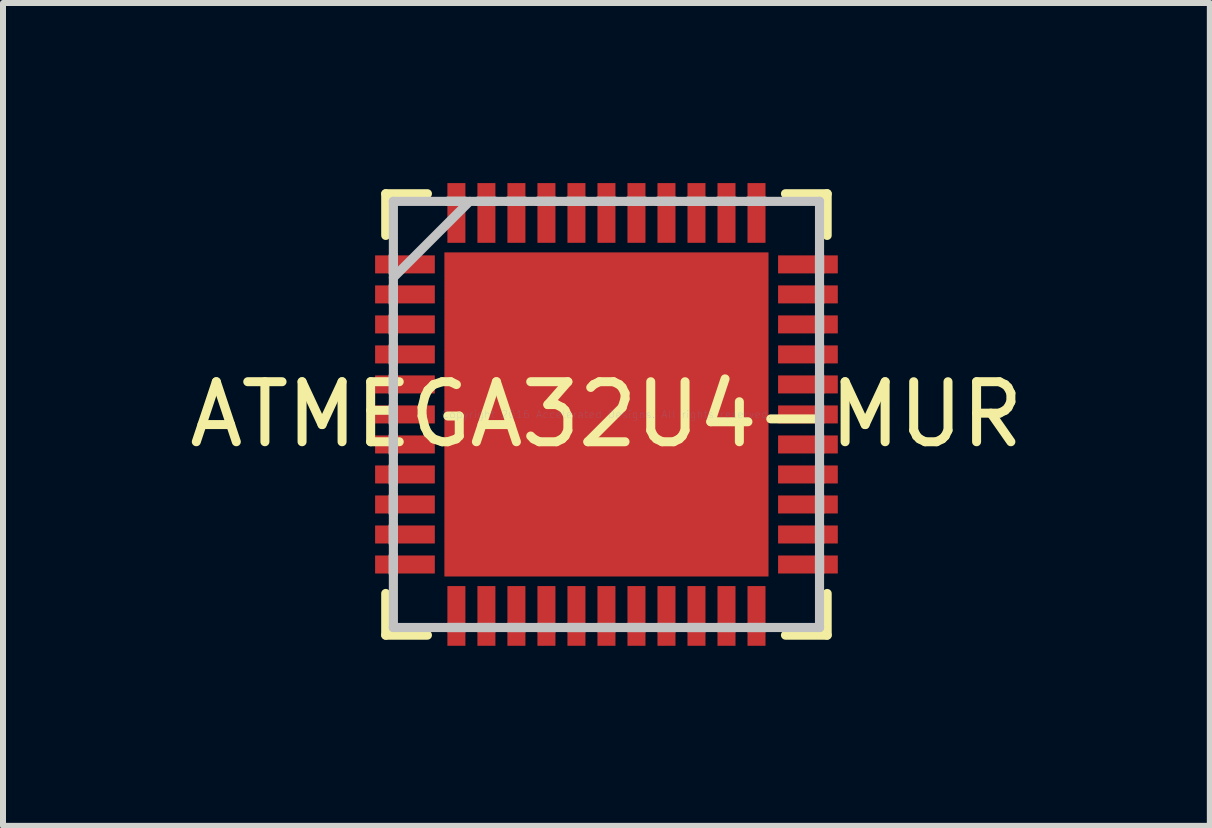
<source format=kicad_pcb>
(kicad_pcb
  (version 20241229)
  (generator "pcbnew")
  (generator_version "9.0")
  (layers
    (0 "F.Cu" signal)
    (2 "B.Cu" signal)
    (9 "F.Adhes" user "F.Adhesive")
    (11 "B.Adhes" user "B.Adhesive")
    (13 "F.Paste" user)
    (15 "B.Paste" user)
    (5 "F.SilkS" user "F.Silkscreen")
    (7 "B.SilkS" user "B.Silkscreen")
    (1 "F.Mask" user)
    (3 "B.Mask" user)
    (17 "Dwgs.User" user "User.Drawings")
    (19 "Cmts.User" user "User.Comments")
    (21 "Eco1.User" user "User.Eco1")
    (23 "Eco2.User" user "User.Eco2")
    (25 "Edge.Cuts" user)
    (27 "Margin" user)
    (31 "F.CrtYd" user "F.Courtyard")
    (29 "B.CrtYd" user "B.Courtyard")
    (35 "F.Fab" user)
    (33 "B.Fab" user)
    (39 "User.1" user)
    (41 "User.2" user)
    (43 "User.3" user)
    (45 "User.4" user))
  (footprint "ATMEGA32U4-MUR"
    (layer "F.Cu")
    (at 7.054 3.855)
    (property "Reference" "ATMEGA32U4-MUR" (at 0 0 0) (layer "F.SilkS") (effects (font (size 1 1) (thickness 0.15))))
    (attr through_hole)
    (fp_line (start -3.677 -3.677) (end -3.677 -2.983) (stroke (width 0.152) (type solid)) (layer "F.SilkS"))
    (fp_line (start -3.677 2.983) (end -3.677 3.677) (stroke (width 0.152) (type solid)) (layer "F.SilkS"))
    (fp_line (start -3.677 3.677) (end -2.983 3.677) (stroke (width 0.152) (type solid)) (layer "F.SilkS"))
    (fp_line (start -2.983 -3.677) (end -3.677 -3.677) (stroke (width 0.152) (type solid)) (layer "F.SilkS"))
    (fp_line (start 2.983 3.677) (end 3.677 3.677) (stroke (width 0.152) (type solid)) (layer "F.SilkS"))
    (fp_line (start 3.677 -3.677) (end 2.983 -3.677) (stroke (width 0.152) (type solid)) (layer "F.SilkS"))
    (fp_line (start 3.677 -2.983) (end 3.677 -3.677) (stroke (width 0.152) (type solid)) (layer "F.SilkS"))
    (fp_line (start 3.677 3.677) (end 3.677 2.983) (stroke (width 0.152) (type solid)) (layer "F.SilkS"))
    (fp_line (start -3.55 -3.55) (end -3.55 -3.55) (stroke (width 0.152) (type solid)) (layer "Dwgs.User"))
    (fp_line (start -3.55 -3.55) (end -3.55 3.55) (stroke (width 0.152) (type solid)) (layer "Dwgs.User"))
    (fp_line (start -3.55 -2.65) (end -3.55 -2.65) (stroke (width 0.152) (type solid)) (layer "Dwgs.User"))
    (fp_line (start -3.55 -2.65) (end -3.55 -2.35) (stroke (width 0.152) (type solid)) (layer "Dwgs.User"))
    (fp_line (start -3.55 -2.35) (end -3.55 -2.65) (stroke (width 0.152) (type solid)) (layer "Dwgs.User"))
    (fp_line (start -3.55 -2.35) (end -3.55 -2.35) (stroke (width 0.152) (type solid)) (layer "Dwgs.User"))
    (fp_line (start -3.55 -2.28) (end -2.28 -3.55) (stroke (width 0.152) (type solid)) (layer "Dwgs.User"))
    (fp_line (start -3.55 -2.15) (end -3.55 -2.15) (stroke (width 0.152) (type solid)) (layer "Dwgs.User"))
    (fp_line (start -3.55 -2.15) (end -3.55 -1.85) (stroke (width 0.152) (type solid)) (layer "Dwgs.User"))
    (fp_line (start -3.55 -1.85) (end -3.55 -2.15) (stroke (width 0.152) (type solid)) (layer "Dwgs.User"))
    (fp_line (start -3.55 -1.85) (end -3.55 -1.85) (stroke (width 0.152) (type solid)) (layer "Dwgs.User"))
    (fp_line (start -3.55 -1.65) (end -3.55 -1.65) (stroke (width 0.152) (type solid)) (layer "Dwgs.User"))
    (fp_line (start -3.55 -1.65) (end -3.55 -1.35) (stroke (width 0.152) (type solid)) (layer "Dwgs.User"))
    (fp_line (start -3.55 -1.35) (end -3.55 -1.65) (stroke (width 0.152) (type solid)) (layer "Dwgs.User"))
    (fp_line (start -3.55 -1.35) (end -3.55 -1.35) (stroke (width 0.152) (type solid)) (layer "Dwgs.User"))
    (fp_line (start -3.55 -1.15) (end -3.55 -1.15) (stroke (width 0.152) (type solid)) (layer "Dwgs.User"))
    (fp_line (start -3.55 -1.15) (end -3.55 -0.85) (stroke (width 0.152) (type solid)) (layer "Dwgs.User"))
    (fp_line (start -3.55 -0.85) (end -3.55 -1.15) (stroke (width 0.152) (type solid)) (layer "Dwgs.User"))
    (fp_line (start -3.55 -0.85) (end -3.55 -0.85) (stroke (width 0.152) (type solid)) (layer "Dwgs.User"))
    (fp_line (start -3.55 -0.65) (end -3.55 -0.65) (stroke (width 0.152) (type solid)) (layer "Dwgs.User"))
    (fp_line (start -3.55 -0.65) (end -3.55 -0.35) (stroke (width 0.152) (type solid)) (layer "Dwgs.User"))
    (fp_line (start -3.55 -0.35) (end -3.55 -0.65) (stroke (width 0.152) (type solid)) (layer "Dwgs.User"))
    (fp_line (start -3.55 -0.35) (end -3.55 -0.35) (stroke (width 0.152) (type solid)) (layer "Dwgs.User"))
    (fp_line (start -3.55 -0.15) (end -3.55 -0.15) (stroke (width 0.152) (type solid)) (layer "Dwgs.User"))
    (fp_line (start -3.55 -0.15) (end -3.55 0.15) (stroke (width 0.152) (type solid)) (layer "Dwgs.User"))
    (fp_line (start -3.55 0.15) (end -3.55 -0.15) (stroke (width 0.152) (type solid)) (layer "Dwgs.User"))
    (fp_line (start -3.55 0.15) (end -3.55 0.15) (stroke (width 0.152) (type solid)) (layer "Dwgs.User"))
    (fp_line (start -3.55 0.35) (end -3.55 0.35) (stroke (width 0.152) (type solid)) (layer "Dwgs.User"))
    (fp_line (start -3.55 0.35) (end -3.55 0.65) (stroke (width 0.152) (type solid)) (layer "Dwgs.User"))
    (fp_line (start -3.55 0.65) (end -3.55 0.35) (stroke (width 0.152) (type solid)) (layer "Dwgs.User"))
    (fp_line (start -3.55 0.65) (end -3.55 0.65) (stroke (width 0.152) (type solid)) (layer "Dwgs.User"))
    (fp_line (start -3.55 0.85) (end -3.55 0.85) (stroke (width 0.152) (type solid)) (layer "Dwgs.User"))
    (fp_line (start -3.55 0.85) (end -3.55 1.15) (stroke (width 0.152) (type solid)) (layer "Dwgs.User"))
    (fp_line (start -3.55 1.15) (end -3.55 0.85) (stroke (width 0.152) (type solid)) (layer "Dwgs.User"))
    (fp_line (start -3.55 1.15) (end -3.55 1.15) (stroke (width 0.152) (type solid)) (layer "Dwgs.User"))
    (fp_line (start -3.55 1.35) (end -3.55 1.35) (stroke (width 0.152) (type solid)) (layer "Dwgs.User"))
    (fp_line (start -3.55 1.35) (end -3.55 1.65) (stroke (width 0.152) (type solid)) (layer "Dwgs.User"))
    (fp_line (start -3.55 1.65) (end -3.55 1.35) (stroke (width 0.152) (type solid)) (layer "Dwgs.User"))
    (fp_line (start -3.55 1.65) (end -3.55 1.65) (stroke (width 0.152) (type solid)) (layer "Dwgs.User"))
    (fp_line (start -3.55 1.85) (end -3.55 1.85) (stroke (width 0.152) (type solid)) (layer "Dwgs.User"))
    (fp_line (start -3.55 1.85) (end -3.55 2.15) (stroke (width 0.152) (type solid)) (layer "Dwgs.User"))
    (fp_line (start -3.55 2.15) (end -3.55 1.85) (stroke (width 0.152) (type solid)) (layer "Dwgs.User"))
    (fp_line (start -3.55 2.15) (end -3.55 2.15) (stroke (width 0.152) (type solid)) (layer "Dwgs.User"))
    (fp_line (start -3.55 2.35) (end -3.55 2.35) (stroke (width 0.152) (type solid)) (layer "Dwgs.User"))
    (fp_line (start -3.55 2.35) (end -3.55 2.65) (stroke (width 0.152) (type solid)) (layer "Dwgs.User"))
    (fp_line (start -3.55 2.65) (end -3.55 2.35) (stroke (width 0.152) (type solid)) (layer "Dwgs.User"))
    (fp_line (start -3.55 2.65) (end -3.55 2.65) (stroke (width 0.152) (type solid)) (layer "Dwgs.User"))
    (fp_line (start -3.55 3.55) (end -3.55 3.55) (stroke (width 0.152) (type solid)) (layer "Dwgs.User"))
    (fp_line (start -3.55 3.55) (end 3.55 3.55) (stroke (width 0.152) (type solid)) (layer "Dwgs.User"))
    (fp_line (start -2.65 -3.55) (end -2.65 -3.55) (stroke (width 0.152) (type solid)) (layer "Dwgs.User"))
    (fp_line (start -2.65 -3.55) (end -2.35 -3.55) (stroke (width 0.152) (type solid)) (layer "Dwgs.User"))
    (fp_line (start -2.65 3.55) (end -2.65 3.55) (stroke (width 0.152) (type solid)) (layer "Dwgs.User"))
    (fp_line (start -2.65 3.55) (end -2.35 3.55) (stroke (width 0.152) (type solid)) (layer "Dwgs.User"))
    (fp_line (start -2.35 -3.55) (end -2.65 -3.55) (stroke (width 0.152) (type solid)) (layer "Dwgs.User"))
    (fp_line (start -2.35 -3.55) (end -2.35 -3.55) (stroke (width 0.152) (type solid)) (layer "Dwgs.User"))
    (fp_line (start -2.35 3.55) (end -2.65 3.55) (stroke (width 0.152) (type solid)) (layer "Dwgs.User"))
    (fp_line (start -2.35 3.55) (end -2.35 3.55) (stroke (width 0.152) (type solid)) (layer "Dwgs.User"))
    (fp_line (start -2.15 -3.55) (end -2.15 -3.55) (stroke (width 0.152) (type solid)) (layer "Dwgs.User"))
    (fp_line (start -2.15 -3.55) (end -1.85 -3.55) (stroke (width 0.152) (type solid)) (layer "Dwgs.User"))
    (fp_line (start -2.15 3.55) (end -2.15 3.55) (stroke (width 0.152) (type solid)) (layer "Dwgs.User"))
    (fp_line (start -2.15 3.55) (end -1.85 3.55) (stroke (width 0.152) (type solid)) (layer "Dwgs.User"))
    (fp_line (start -1.85 -3.55) (end -2.15 -3.55) (stroke (width 0.152) (type solid)) (layer "Dwgs.User"))
    (fp_line (start -1.85 -3.55) (end -1.85 -3.55) (stroke (width 0.152) (type solid)) (layer "Dwgs.User"))
    (fp_line (start -1.85 3.55) (end -2.15 3.55) (stroke (width 0.152) (type solid)) (layer "Dwgs.User"))
    (fp_line (start -1.85 3.55) (end -1.85 3.55) (stroke (width 0.152) (type solid)) (layer "Dwgs.User"))
    (fp_line (start -1.65 -3.55) (end -1.65 -3.55) (stroke (width 0.152) (type solid)) (layer "Dwgs.User"))
    (fp_line (start -1.65 -3.55) (end -1.35 -3.55) (stroke (width 0.152) (type solid)) (layer "Dwgs.User"))
    (fp_line (start -1.65 3.55) (end -1.65 3.55) (stroke (width 0.152) (type solid)) (layer "Dwgs.User"))
    (fp_line (start -1.65 3.55) (end -1.35 3.55) (stroke (width 0.152) (type solid)) (layer "Dwgs.User"))
    (fp_line (start -1.35 -3.55) (end -1.65 -3.55) (stroke (width 0.152) (type solid)) (layer "Dwgs.User"))
    (fp_line (start -1.35 -3.55) (end -1.35 -3.55) (stroke (width 0.152) (type solid)) (layer "Dwgs.User"))
    (fp_line (start -1.35 3.55) (end -1.65 3.55) (stroke (width 0.152) (type solid)) (layer "Dwgs.User"))
    (fp_line (start -1.35 3.55) (end -1.35 3.55) (stroke (width 0.152) (type solid)) (layer "Dwgs.User"))
    (fp_line (start -1.15 -3.55) (end -1.15 -3.55) (stroke (width 0.152) (type solid)) (layer "Dwgs.User"))
    (fp_line (start -1.15 -3.55) (end -0.85 -3.55) (stroke (width 0.152) (type solid)) (layer "Dwgs.User"))
    (fp_line (start -1.15 3.55) (end -1.15 3.55) (stroke (width 0.152) (type solid)) (layer "Dwgs.User"))
    (fp_line (start -1.15 3.55) (end -0.85 3.55) (stroke (width 0.152) (type solid)) (layer "Dwgs.User"))
    (fp_line (start -0.85 -3.55) (end -1.15 -3.55) (stroke (width 0.152) (type solid)) (layer "Dwgs.User"))
    (fp_line (start -0.85 -3.55) (end -0.85 -3.55) (stroke (width 0.152) (type solid)) (layer "Dwgs.User"))
    (fp_line (start -0.85 3.55) (end -1.15 3.55) (stroke (width 0.152) (type solid)) (layer "Dwgs.User"))
    (fp_line (start -0.85 3.55) (end -0.85 3.55) (stroke (width 0.152) (type solid)) (layer "Dwgs.User"))
    (fp_line (start -0.65 -3.55) (end -0.65 -3.55) (stroke (width 0.152) (type solid)) (layer "Dwgs.User"))
    (fp_line (start -0.65 -3.55) (end -0.35 -3.55) (stroke (width 0.152) (type solid)) (layer "Dwgs.User"))
    (fp_line (start -0.65 3.55) (end -0.65 3.55) (stroke (width 0.152) (type solid)) (layer "Dwgs.User"))
    (fp_line (start -0.65 3.55) (end -0.35 3.55) (stroke (width 0.152) (type solid)) (layer "Dwgs.User"))
    (fp_line (start -0.35 -3.55) (end -0.65 -3.55) (stroke (width 0.152) (type solid)) (layer "Dwgs.User"))
    (fp_line (start -0.35 -3.55) (end -0.35 -3.55) (stroke (width 0.152) (type solid)) (layer "Dwgs.User"))
    (fp_line (start -0.35 3.55) (end -0.65 3.55) (stroke (width 0.152) (type solid)) (layer "Dwgs.User"))
    (fp_line (start -0.35 3.55) (end -0.35 3.55) (stroke (width 0.152) (type solid)) (layer "Dwgs.User"))
    (fp_line (start -0.15 -3.55) (end -0.15 -3.55) (stroke (width 0.152) (type solid)) (layer "Dwgs.User"))
    (fp_line (start -0.15 -3.55) (end 0.15 -3.55) (stroke (width 0.152) (type solid)) (layer "Dwgs.User"))
    (fp_line (start -0.15 3.55) (end -0.15 3.55) (stroke (width 0.152) (type solid)) (layer "Dwgs.User"))
    (fp_line (start -0.15 3.55) (end 0.15 3.55) (stroke (width 0.152) (type solid)) (layer "Dwgs.User"))
    (fp_line (start 0.15 -3.55) (end -0.15 -3.55) (stroke (width 0.152) (type solid)) (layer "Dwgs.User"))
    (fp_line (start 0.15 -3.55) (end 0.15 -3.55) (stroke (width 0.152) (type solid)) (layer "Dwgs.User"))
    (fp_line (start 0.15 3.55) (end -0.15 3.55) (stroke (width 0.152) (type solid)) (layer "Dwgs.User"))
    (fp_line (start 0.15 3.55) (end 0.15 3.55) (stroke (width 0.152) (type solid)) (layer "Dwgs.User"))
    (fp_line (start 0.35 -3.55) (end 0.35 -3.55) (stroke (width 0.152) (type solid)) (layer "Dwgs.User"))
    (fp_line (start 0.35 -3.55) (end 0.65 -3.55) (stroke (width 0.152) (type solid)) (layer "Dwgs.User"))
    (fp_line (start 0.35 3.55) (end 0.35 3.55) (stroke (width 0.152) (type solid)) (layer "Dwgs.User"))
    (fp_line (start 0.35 3.55) (end 0.65 3.55) (stroke (width 0.152) (type solid)) (layer "Dwgs.User"))
    (fp_line (start 0.65 -3.55) (end 0.35 -3.55) (stroke (width 0.152) (type solid)) (layer "Dwgs.User"))
    (fp_line (start 0.65 -3.55) (end 0.65 -3.55) (stroke (width 0.152) (type solid)) (layer "Dwgs.User"))
    (fp_line (start 0.65 3.55) (end 0.35 3.55) (stroke (width 0.152) (type solid)) (layer "Dwgs.User"))
    (fp_line (start 0.65 3.55) (end 0.65 3.55) (stroke (width 0.152) (type solid)) (layer "Dwgs.User"))
    (fp_line (start 0.85 -3.55) (end 0.85 -3.55) (stroke (width 0.152) (type solid)) (layer "Dwgs.User"))
    (fp_line (start 0.85 -3.55) (end 1.15 -3.55) (stroke (width 0.152) (type solid)) (layer "Dwgs.User"))
    (fp_line (start 0.85 3.55) (end 0.85 3.55) (stroke (width 0.152) (type solid)) (layer "Dwgs.User"))
    (fp_line (start 0.85 3.55) (end 1.15 3.55) (stroke (width 0.152) (type solid)) (layer "Dwgs.User"))
    (fp_line (start 1.15 -3.55) (end 0.85 -3.55) (stroke (width 0.152) (type solid)) (layer "Dwgs.User"))
    (fp_line (start 1.15 -3.55) (end 1.15 -3.55) (stroke (width 0.152) (type solid)) (layer "Dwgs.User"))
    (fp_line (start 1.15 3.55) (end 0.85 3.55) (stroke (width 0.152) (type solid)) (layer "Dwgs.User"))
    (fp_line (start 1.15 3.55) (end 1.15 3.55) (stroke (width 0.152) (type solid)) (layer "Dwgs.User"))
    (fp_line (start 1.35 -3.55) (end 1.35 -3.55) (stroke (width 0.152) (type solid)) (layer "Dwgs.User"))
    (fp_line (start 1.35 -3.55) (end 1.65 -3.55) (stroke (width 0.152) (type solid)) (layer "Dwgs.User"))
    (fp_line (start 1.35 3.55) (end 1.35 3.55) (stroke (width 0.152) (type solid)) (layer "Dwgs.User"))
    (fp_line (start 1.35 3.55) (end 1.65 3.55) (stroke (width 0.152) (type solid)) (layer "Dwgs.User"))
    (fp_line (start 1.65 -3.55) (end 1.35 -3.55) (stroke (width 0.152) (type solid)) (layer "Dwgs.User"))
    (fp_line (start 1.65 -3.55) (end 1.65 -3.55) (stroke (width 0.152) (type solid)) (layer "Dwgs.User"))
    (fp_line (start 1.65 3.55) (end 1.35 3.55) (stroke (width 0.152) (type solid)) (layer "Dwgs.User"))
    (fp_line (start 1.65 3.55) (end 1.65 3.55) (stroke (width 0.152) (type solid)) (layer "Dwgs.User"))
    (fp_line (start 1.85 -3.55) (end 1.85 -3.55) (stroke (width 0.152) (type solid)) (layer "Dwgs.User"))
    (fp_line (start 1.85 -3.55) (end 2.15 -3.55) (stroke (width 0.152) (type solid)) (layer "Dwgs.User"))
    (fp_line (start 1.85 3.55) (end 1.85 3.55) (stroke (width 0.152) (type solid)) (layer "Dwgs.User"))
    (fp_line (start 1.85 3.55) (end 2.15 3.55) (stroke (width 0.152) (type solid)) (layer "Dwgs.User"))
    (fp_line (start 2.15 -3.55) (end 1.85 -3.55) (stroke (width 0.152) (type solid)) (layer "Dwgs.User"))
    (fp_line (start 2.15 -3.55) (end 2.15 -3.55) (stroke (width 0.152) (type solid)) (layer "Dwgs.User"))
    (fp_line (start 2.15 3.55) (end 1.85 3.55) (stroke (width 0.152) (type solid)) (layer "Dwgs.User"))
    (fp_line (start 2.15 3.55) (end 2.15 3.55) (stroke (width 0.152) (type solid)) (layer "Dwgs.User"))
    (fp_line (start 2.35 -3.55) (end 2.35 -3.55) (stroke (width 0.152) (type solid)) (layer "Dwgs.User"))
    (fp_line (start 2.35 -3.55) (end 2.65 -3.55) (stroke (width 0.152) (type solid)) (layer "Dwgs.User"))
    (fp_line (start 2.35 3.55) (end 2.35 3.55) (stroke (width 0.152) (type solid)) (layer "Dwgs.User"))
    (fp_line (start 2.35 3.55) (end 2.65 3.55) (stroke (width 0.152) (type solid)) (layer "Dwgs.User"))
    (fp_line (start 2.65 -3.55) (end 2.35 -3.55) (stroke (width 0.152) (type solid)) (layer "Dwgs.User"))
    (fp_line (start 2.65 -3.55) (end 2.65 -3.55) (stroke (width 0.152) (type solid)) (layer "Dwgs.User"))
    (fp_line (start 2.65 3.55) (end 2.35 3.55) (stroke (width 0.152) (type solid)) (layer "Dwgs.User"))
    (fp_line (start 2.65 3.55) (end 2.65 3.55) (stroke (width 0.152) (type solid)) (layer "Dwgs.User"))
    (fp_line (start 3.55 -3.55) (end -3.55 -3.55) (stroke (width 0.152) (type solid)) (layer "Dwgs.User"))
    (fp_line (start 3.55 -3.55) (end 3.55 -3.55) (stroke (width 0.152) (type solid)) (layer "Dwgs.User"))
    (fp_line (start 3.55 -2.65) (end 3.55 -2.65) (stroke (width 0.152) (type solid)) (layer "Dwgs.User"))
    (fp_line (start 3.55 -2.65) (end 3.55 -2.35) (stroke (width 0.152) (type solid)) (layer "Dwgs.User"))
    (fp_line (start 3.55 -2.35) (end 3.55 -2.65) (stroke (width 0.152) (type solid)) (layer "Dwgs.User"))
    (fp_line (start 3.55 -2.35) (end 3.55 -2.35) (stroke (width 0.152) (type solid)) (layer "Dwgs.User"))
    (fp_line (start 3.55 -2.15) (end 3.55 -2.15) (stroke (width 0.152) (type solid)) (layer "Dwgs.User"))
    (fp_line (start 3.55 -2.15) (end 3.55 -1.85) (stroke (width 0.152) (type solid)) (layer "Dwgs.User"))
    (fp_line (start 3.55 -1.85) (end 3.55 -2.15) (stroke (width 0.152) (type solid)) (layer "Dwgs.User"))
    (fp_line (start 3.55 -1.85) (end 3.55 -1.85) (stroke (width 0.152) (type solid)) (layer "Dwgs.User"))
    (fp_line (start 3.55 -1.65) (end 3.55 -1.65) (stroke (width 0.152) (type solid)) (layer "Dwgs.User"))
    (fp_line (start 3.55 -1.65) (end 3.55 -1.35) (stroke (width 0.152) (type solid)) (layer "Dwgs.User"))
    (fp_line (start 3.55 -1.35) (end 3.55 -1.65) (stroke (width 0.152) (type solid)) (layer "Dwgs.User"))
    (fp_line (start 3.55 -1.35) (end 3.55 -1.35) (stroke (width 0.152) (type solid)) (layer "Dwgs.User"))
    (fp_line (start 3.55 -1.15) (end 3.55 -1.15) (stroke (width 0.152) (type solid)) (layer "Dwgs.User"))
    (fp_line (start 3.55 -1.15) (end 3.55 -0.85) (stroke (width 0.152) (type solid)) (layer "Dwgs.User"))
    (fp_line (start 3.55 -0.85) (end 3.55 -1.15) (stroke (width 0.152) (type solid)) (layer "Dwgs.User"))
    (fp_line (start 3.55 -0.85) (end 3.55 -0.85) (stroke (width 0.152) (type solid)) (layer "Dwgs.User"))
    (fp_line (start 3.55 -0.65) (end 3.55 -0.65) (stroke (width 0.152) (type solid)) (layer "Dwgs.User"))
    (fp_line (start 3.55 -0.65) (end 3.55 -0.35) (stroke (width 0.152) (type solid)) (layer "Dwgs.User"))
    (fp_line (start 3.55 -0.35) (end 3.55 -0.65) (stroke (width 0.152) (type solid)) (layer "Dwgs.User"))
    (fp_line (start 3.55 -0.35) (end 3.55 -0.35) (stroke (width 0.152) (type solid)) (layer "Dwgs.User"))
    (fp_line (start 3.55 -0.15) (end 3.55 -0.15) (stroke (width 0.152) (type solid)) (layer "Dwgs.User"))
    (fp_line (start 3.55 -0.15) (end 3.55 0.15) (stroke (width 0.152) (type solid)) (layer "Dwgs.User"))
    (fp_line (start 3.55 0.15) (end 3.55 -0.15) (stroke (width 0.152) (type solid)) (layer "Dwgs.User"))
    (fp_line (start 3.55 0.15) (end 3.55 0.15) (stroke (width 0.152) (type solid)) (layer "Dwgs.User"))
    (fp_line (start 3.55 0.35) (end 3.55 0.35) (stroke (width 0.152) (type solid)) (layer "Dwgs.User"))
    (fp_line (start 3.55 0.35) (end 3.55 0.65) (stroke (width 0.152) (type solid)) (layer "Dwgs.User"))
    (fp_line (start 3.55 0.65) (end 3.55 0.35) (stroke (width 0.152) (type solid)) (layer "Dwgs.User"))
    (fp_line (start 3.55 0.65) (end 3.55 0.65) (stroke (width 0.152) (type solid)) (layer "Dwgs.User"))
    (fp_line (start 3.55 0.85) (end 3.55 0.85) (stroke (width 0.152) (type solid)) (layer "Dwgs.User"))
    (fp_line (start 3.55 0.85) (end 3.55 1.15) (stroke (width 0.152) (type solid)) (layer "Dwgs.User"))
    (fp_line (start 3.55 1.15) (end 3.55 0.85) (stroke (width 0.152) (type solid)) (layer "Dwgs.User"))
    (fp_line (start 3.55 1.15) (end 3.55 1.15) (stroke (width 0.152) (type solid)) (layer "Dwgs.User"))
    (fp_line (start 3.55 1.35) (end 3.55 1.35) (stroke (width 0.152) (type solid)) (layer "Dwgs.User"))
    (fp_line (start 3.55 1.35) (end 3.55 1.65) (stroke (width 0.152) (type solid)) (layer "Dwgs.User"))
    (fp_line (start 3.55 1.65) (end 3.55 1.35) (stroke (width 0.152) (type solid)) (layer "Dwgs.User"))
    (fp_line (start 3.55 1.65) (end 3.55 1.65) (stroke (width 0.152) (type solid)) (layer "Dwgs.User"))
    (fp_line (start 3.55 1.85) (end 3.55 1.85) (stroke (width 0.152) (type solid)) (layer "Dwgs.User"))
    (fp_line (start 3.55 1.85) (end 3.55 2.15) (stroke (width 0.152) (type solid)) (layer "Dwgs.User"))
    (fp_line (start 3.55 2.15) (end 3.55 1.85) (stroke (width 0.152) (type solid)) (layer "Dwgs.User"))
    (fp_line (start 3.55 2.15) (end 3.55 2.15) (stroke (width 0.152) (type solid)) (layer "Dwgs.User"))
    (fp_line (start 3.55 2.35) (end 3.55 2.35) (stroke (width 0.152) (type solid)) (layer "Dwgs.User"))
    (fp_line (start 3.55 2.35) (end 3.55 2.65) (stroke (width 0.152) (type solid)) (layer "Dwgs.User"))
    (fp_line (start 3.55 2.65) (end 3.55 2.35) (stroke (width 0.152) (type solid)) (layer "Dwgs.User"))
    (fp_line (start 3.55 2.65) (end 3.55 2.65) (stroke (width 0.152) (type solid)) (layer "Dwgs.User"))
    (fp_line (start 3.55 3.55) (end 3.55 -3.55) (stroke (width 0.152) (type solid)) (layer "Dwgs.User"))
    (fp_line (start 3.55 3.55) (end 3.55 3.55) (stroke (width 0.152) (type solid)) (layer "Dwgs.User"))
    (fp_text user "Copyright 2016 Accelerated Designs. All rights reserved." (at 0 0 0) (layer "Cmts.User") (effects (font (size 0.127 0.127) (thickness 0.002))))
    (pad "1" smd rect (at 0 -3.357) (size 0.3 0.995) (layers "F.Cu" "F.Mask" "F.Paste"))
    (pad "2" smd rect (at -0.5 -3.357) (size 0.3 0.995) (layers "F.Cu" "F.Mask" "F.Paste"))
    (pad "3" smd rect (at -1 -3.357) (size 0.3 0.995) (layers "F.Cu" "F.Mask" "F.Paste"))
    (pad "4" smd rect (at -1.5 -3.357) (size 0.3 0.995) (layers "F.Cu" "F.Mask" "F.Paste"))
    (pad "5" smd rect (at -2 -3.357) (size 0.3 0.995) (layers "F.Cu" "F.Mask" "F.Paste"))
    (pad "6" smd rect (at -2.5 -3.357) (size 0.3 0.995) (layers "F.Cu" "F.Mask" "F.Paste"))
    (pad "7" smd rect (at -3.357 -2.5 90) (size 0.3 0.995) (layers "F.Cu" "F.Mask" "F.Paste"))
    (pad "8" smd rect (at -3.357 -2 90) (size 0.3 0.995) (layers "F.Cu" "F.Mask" "F.Paste"))
    (pad "9" smd rect (at -3.357 -1.5 90) (size 0.3 0.995) (layers "F.Cu" "F.Mask" "F.Paste"))
    (pad "10" smd rect (at -3.357 -1 90) (size 0.3 0.995) (layers "F.Cu" "F.Mask" "F.Paste"))
    (pad "11" smd rect (at -3.357 -0.5 90) (size 0.3 0.995) (layers "F.Cu" "F.Mask" "F.Paste"))
    (pad "12" smd rect (at -3.357 0 90) (size 0.3 0.995) (layers "F.Cu" "F.Mask" "F.Paste"))
    (pad "13" smd rect (at -3.357 0.5 90) (size 0.3 0.995) (layers "F.Cu" "F.Mask" "F.Paste"))
    (pad "14" smd rect (at -3.357 1 90) (size 0.3 0.995) (layers "F.Cu" "F.Mask" "F.Paste"))
    (pad "15" smd rect (at -3.357 1.5 90) (size 0.3 0.995) (layers "F.Cu" "F.Mask" "F.Paste"))
    (pad "16" smd rect (at -3.357 2 90) (size 0.3 0.995) (layers "F.Cu" "F.Mask" "F.Paste"))
    (pad "17" smd rect (at -3.357 2.5 90) (size 0.3 0.995) (layers "F.Cu" "F.Mask" "F.Paste"))
    (pad "18" smd rect (at -2.5 3.357) (size 0.3 0.995) (layers "F.Cu" "F.Mask" "F.Paste"))
    (pad "19" smd rect (at -2 3.357) (size 0.3 0.995) (layers "F.Cu" "F.Mask" "F.Paste"))
    (pad "20" smd rect (at -1.5 3.357) (size 0.3 0.995) (layers "F.Cu" "F.Mask" "F.Paste"))
    (pad "21" smd rect (at -1 3.357) (size 0.3 0.995) (layers "F.Cu" "F.Mask" "F.Paste"))
    (pad "22" smd rect (at -0.5 3.357) (size 0.3 0.995) (layers "F.Cu" "F.Mask" "F.Paste"))
    (pad "23" smd rect (at 0 3.357) (size 0.3 0.995) (layers "F.Cu" "F.Mask" "F.Paste"))
    (pad "24" smd rect (at 0.5 3.357) (size 0.3 0.995) (layers "F.Cu" "F.Mask" "F.Paste"))
    (pad "25" smd rect (at 1 3.357) (size 0.3 0.995) (layers "F.Cu" "F.Mask" "F.Paste"))
    (pad "26" smd rect (at 1.5 3.357) (size 0.3 0.995) (layers "F.Cu" "F.Mask" "F.Paste"))
    (pad "27" smd rect (at 2 3.357) (size 0.3 0.995) (layers "F.Cu" "F.Mask" "F.Paste"))
    (pad "28" smd rect (at 2.5 3.357) (size 0.3 0.995) (layers "F.Cu" "F.Mask" "F.Paste"))
    (pad "29" smd rect (at 3.357 2.5 90) (size 0.3 0.995) (layers "F.Cu" "F.Mask" "F.Paste"))
    (pad "30" smd rect (at 3.357 2 90) (size 0.3 0.995) (layers "F.Cu" "F.Mask" "F.Paste"))
    (pad "31" smd rect (at 3.357 1.5 90) (size 0.3 0.995) (layers "F.Cu" "F.Mask" "F.Paste"))
    (pad "32" smd rect (at 3.357 1 90) (size 0.3 0.995) (layers "F.Cu" "F.Mask" "F.Paste"))
    (pad "33" smd rect (at 3.357 0.5 90) (size 0.3 0.995) (layers "F.Cu" "F.Mask" "F.Paste"))
    (pad "34" smd rect (at 3.357 0 90) (size 0.3 0.995) (layers "F.Cu" "F.Mask" "F.Paste"))
    (pad "35" smd rect (at 3.357 -0.5 90) (size 0.3 0.995) (layers "F.Cu" "F.Mask" "F.Paste"))
    (pad "36" smd rect (at 3.357 -1 90) (size 0.3 0.995) (layers "F.Cu" "F.Mask" "F.Paste"))
    (pad "37" smd rect (at 3.357 -1.5 90) (size 0.3 0.995) (layers "F.Cu" "F.Mask" "F.Paste"))
    (pad "38" smd rect (at 3.357 -2 90) (size 0.3 0.995) (layers "F.Cu" "F.Mask" "F.Paste"))
    (pad "39" smd rect (at 3.357 -2.5 90) (size 0.3 0.995) (layers "F.Cu" "F.Mask" "F.Paste"))
    (pad "40" smd rect (at 2.5 -3.357) (size 0.3 0.995) (layers "F.Cu" "F.Mask" "F.Paste"))
    (pad "41" smd rect (at 2 -3.357) (size 0.3 0.995) (layers "F.Cu" "F.Mask" "F.Paste"))
    (pad "42" smd rect (at 1.5 -3.357) (size 0.3 0.995) (layers "F.Cu" "F.Mask" "F.Paste"))
    (pad "43" smd rect (at 1 -3.357) (size 0.3 0.995) (layers "F.Cu" "F.Mask" "F.Paste"))
    (pad "44" smd rect (at 0.5 -3.357) (size 0.3 0.995) (layers "F.Cu" "F.Mask" "F.Paste"))
    (pad "45" smd rect (at 0 0) (size 5.4 5.4) (layers "F.Cu" "F.Mask" "F.Paste")))
  (gr_rect
    (start -3 -3)
    (end 17.107 10.71)
    (stroke (width 0.1) (type default))
    (fill no)
    (layer "Edge.Cuts")))
</source>
